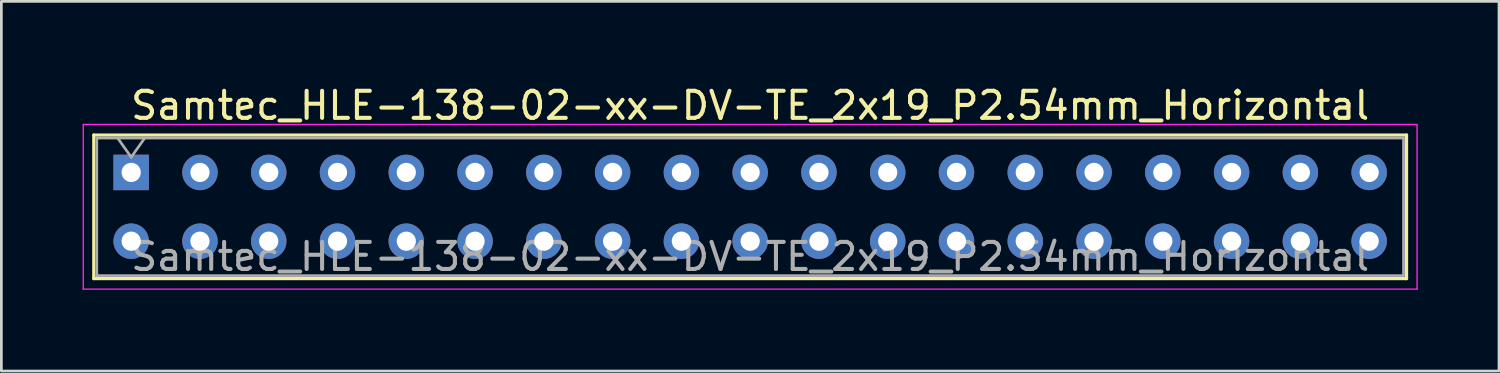
<source format=kicad_pcb>
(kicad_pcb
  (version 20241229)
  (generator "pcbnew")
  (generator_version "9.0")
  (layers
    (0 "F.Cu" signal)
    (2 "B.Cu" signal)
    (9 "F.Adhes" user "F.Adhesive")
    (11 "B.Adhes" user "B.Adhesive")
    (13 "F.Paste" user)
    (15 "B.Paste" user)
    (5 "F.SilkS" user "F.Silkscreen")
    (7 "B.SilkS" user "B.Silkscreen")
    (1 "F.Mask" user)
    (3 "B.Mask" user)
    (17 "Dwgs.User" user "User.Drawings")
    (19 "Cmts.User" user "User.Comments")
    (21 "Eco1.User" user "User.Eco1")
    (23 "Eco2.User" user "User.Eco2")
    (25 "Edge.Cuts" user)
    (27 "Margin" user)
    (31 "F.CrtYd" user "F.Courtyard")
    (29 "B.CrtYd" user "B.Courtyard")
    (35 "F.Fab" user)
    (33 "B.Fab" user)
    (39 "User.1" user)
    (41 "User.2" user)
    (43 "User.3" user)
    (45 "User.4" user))
  (footprint "Samtec_HLE-138-02-xx-DV-TE_2x19_P2.54mm_Horizontal"
    (layer "F.Cu")
    (at 1.795 3.318)
    (property "Reference" "Samtec_HLE-138-02-xx-DV-TE_2x19_P2.54mm_Horizontal" (at 22.86 -2.47 0) (layer "F.SilkS") (effects (font (size 1 1) (thickness 0.15))))
    (attr through_hole)
    (fp_line (start -1.38 -1.38) (end 47.1 -1.38) (stroke (width 0.12) (type solid)) (layer "F.SilkS"))
    (fp_line (start -1.38 3.92) (end -1.38 -1.38) (stroke (width 0.12) (type solid)) (layer "F.SilkS"))
    (fp_line (start 47.1 -1.38) (end 47.1 3.92) (stroke (width 0.12) (type solid)) (layer "F.SilkS"))
    (fp_line (start 47.1 3.92) (end -1.38 3.92) (stroke (width 0.12) (type solid)) (layer "F.SilkS"))
    (fp_line (start -1.77 -1.77) (end 47.49 -1.77) (stroke (width 0.05) (type solid)) (layer "F.CrtYd"))
    (fp_line (start -1.77 4.31) (end -1.77 -1.77) (stroke (width 0.05) (type solid)) (layer "F.CrtYd"))
    (fp_line (start 47.49 -1.77) (end 47.49 4.31) (stroke (width 0.05) (type solid)) (layer "F.CrtYd"))
    (fp_line (start 47.49 4.31) (end -1.77 4.31) (stroke (width 0.05) (type solid)) (layer "F.CrtYd"))
    (fp_line (start -1.27 -1.27) (end 46.99 -1.27) (stroke (width 0.1) (type solid)) (layer "F.Fab"))
    (fp_line (start -1.27 3.81) (end -1.27 -1.27) (stroke (width 0.1) (type solid)) (layer "F.Fab"))
    (fp_line (start -0.5 -1.27) (end 0 -0.563) (stroke (width 0.1) (type solid)) (layer "F.Fab"))
    (fp_line (start 0 -0.563) (end 0.5 -1.27) (stroke (width 0.1) (type solid)) (layer "F.Fab"))
    (fp_line (start 46.99 -1.27) (end 46.99 3.81) (stroke (width 0.1) (type solid)) (layer "F.Fab"))
    (fp_line (start 46.99 3.81) (end -1.27 3.81) (stroke (width 0.1) (type solid)) (layer "F.Fab"))
    (fp_text user "${REFERENCE}" (at 22.86 3.11 0) (layer "F.Fab") (effects (font (size 1 1) (thickness 0.15))))
    (pad "1" thru_hole rect (at 0 0) (size 1.31 1.31) (drill 0.71) (layers "*.Cu" "*.Mask"))
    (pad "2" thru_hole circle (at 0 2.54) (size 1.31 1.31) (drill 0.71) (layers "*.Cu" "*.Mask"))
    (pad "3" thru_hole circle (at 2.54 0) (size 1.31 1.31) (drill 0.71) (layers "*.Cu" "*.Mask"))
    (pad "4" thru_hole circle (at 2.54 2.54) (size 1.31 1.31) (drill 0.71) (layers "*.Cu" "*.Mask"))
    (pad "5" thru_hole circle (at 5.08 0) (size 1.31 1.31) (drill 0.71) (layers "*.Cu" "*.Mask"))
    (pad "6" thru_hole circle (at 5.08 2.54) (size 1.31 1.31) (drill 0.71) (layers "*.Cu" "*.Mask"))
    (pad "7" thru_hole circle (at 7.62 0) (size 1.31 1.31) (drill 0.71) (layers "*.Cu" "*.Mask"))
    (pad "8" thru_hole circle (at 7.62 2.54) (size 1.31 1.31) (drill 0.71) (layers "*.Cu" "*.Mask"))
    (pad "9" thru_hole circle (at 10.16 0) (size 1.31 1.31) (drill 0.71) (layers "*.Cu" "*.Mask"))
    (pad "10" thru_hole circle (at 10.16 2.54) (size 1.31 1.31) (drill 0.71) (layers "*.Cu" "*.Mask"))
    (pad "11" thru_hole circle (at 12.7 0) (size 1.31 1.31) (drill 0.71) (layers "*.Cu" "*.Mask"))
    (pad "12" thru_hole circle (at 12.7 2.54) (size 1.31 1.31) (drill 0.71) (layers "*.Cu" "*.Mask"))
    (pad "13" thru_hole circle (at 15.24 0) (size 1.31 1.31) (drill 0.71) (layers "*.Cu" "*.Mask"))
    (pad "14" thru_hole circle (at 15.24 2.54) (size 1.31 1.31) (drill 0.71) (layers "*.Cu" "*.Mask"))
    (pad "15" thru_hole circle (at 17.78 0) (size 1.31 1.31) (drill 0.71) (layers "*.Cu" "*.Mask"))
    (pad "16" thru_hole circle (at 17.78 2.54) (size 1.31 1.31) (drill 0.71) (layers "*.Cu" "*.Mask"))
    (pad "17" thru_hole circle (at 20.32 0) (size 1.31 1.31) (drill 0.71) (layers "*.Cu" "*.Mask"))
    (pad "18" thru_hole circle (at 20.32 2.54) (size 1.31 1.31) (drill 0.71) (layers "*.Cu" "*.Mask"))
    (pad "19" thru_hole circle (at 22.86 0) (size 1.31 1.31) (drill 0.71) (layers "*.Cu" "*.Mask"))
    (pad "20" thru_hole circle (at 22.86 2.54) (size 1.31 1.31) (drill 0.71) (layers "*.Cu" "*.Mask"))
    (pad "21" thru_hole circle (at 25.4 0) (size 1.31 1.31) (drill 0.71) (layers "*.Cu" "*.Mask"))
    (pad "22" thru_hole circle (at 25.4 2.54) (size 1.31 1.31) (drill 0.71) (layers "*.Cu" "*.Mask"))
    (pad "23" thru_hole circle (at 27.94 0) (size 1.31 1.31) (drill 0.71) (layers "*.Cu" "*.Mask"))
    (pad "24" thru_hole circle (at 27.94 2.54) (size 1.31 1.31) (drill 0.71) (layers "*.Cu" "*.Mask"))
    (pad "25" thru_hole circle (at 30.48 0) (size 1.31 1.31) (drill 0.71) (layers "*.Cu" "*.Mask"))
    (pad "26" thru_hole circle (at 30.48 2.54) (size 1.31 1.31) (drill 0.71) (layers "*.Cu" "*.Mask"))
    (pad "27" thru_hole circle (at 33.02 0) (size 1.31 1.31) (drill 0.71) (layers "*.Cu" "*.Mask"))
    (pad "28" thru_hole circle (at 33.02 2.54) (size 1.31 1.31) (drill 0.71) (layers "*.Cu" "*.Mask"))
    (pad "29" thru_hole circle (at 35.56 0) (size 1.31 1.31) (drill 0.71) (layers "*.Cu" "*.Mask"))
    (pad "30" thru_hole circle (at 35.56 2.54) (size 1.31 1.31) (drill 0.71) (layers "*.Cu" "*.Mask"))
    (pad "31" thru_hole circle (at 38.1 0) (size 1.31 1.31) (drill 0.71) (layers "*.Cu" "*.Mask"))
    (pad "32" thru_hole circle (at 38.1 2.54) (size 1.31 1.31) (drill 0.71) (layers "*.Cu" "*.Mask"))
    (pad "33" thru_hole circle (at 40.64 0) (size 1.31 1.31) (drill 0.71) (layers "*.Cu" "*.Mask"))
    (pad "34" thru_hole circle (at 40.64 2.54) (size 1.31 1.31) (drill 0.71) (layers "*.Cu" "*.Mask"))
    (pad "35" thru_hole circle (at 43.18 0) (size 1.31 1.31) (drill 0.71) (layers "*.Cu" "*.Mask"))
    (pad "36" thru_hole circle (at 43.18 2.54) (size 1.31 1.31) (drill 0.71) (layers "*.Cu" "*.Mask"))
    (pad "37" thru_hole circle (at 45.72 0) (size 1.31 1.31) (drill 0.71) (layers "*.Cu" "*.Mask"))
    (pad "38" thru_hole circle (at 45.72 2.54) (size 1.31 1.31) (drill 0.71) (layers "*.Cu" "*.Mask")))
  (gr_rect
    (start -3 -3)
    (end 52.31 10.653)
    (stroke (width 0.1) (type default))
    (fill no)
    (layer "Edge.Cuts")))
</source>
